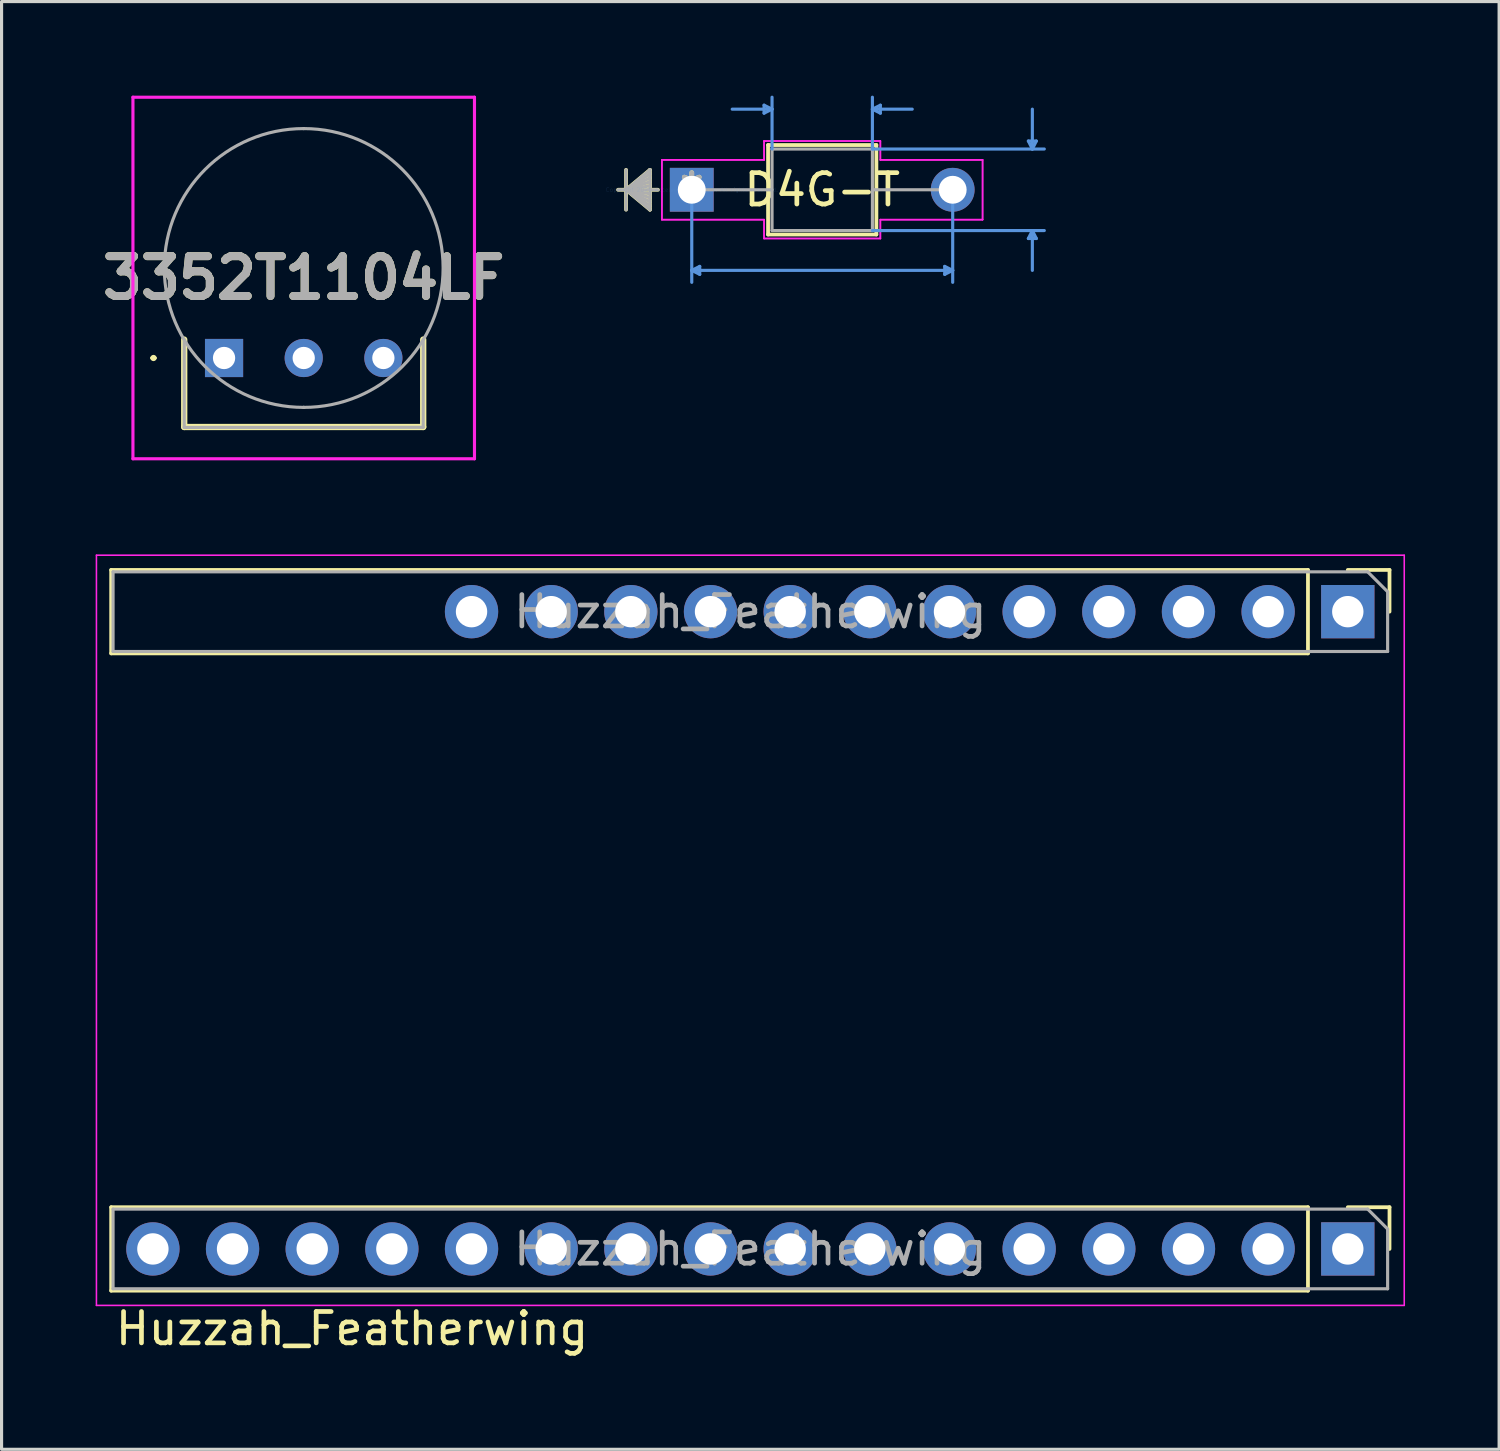
<source format=kicad_pcb>
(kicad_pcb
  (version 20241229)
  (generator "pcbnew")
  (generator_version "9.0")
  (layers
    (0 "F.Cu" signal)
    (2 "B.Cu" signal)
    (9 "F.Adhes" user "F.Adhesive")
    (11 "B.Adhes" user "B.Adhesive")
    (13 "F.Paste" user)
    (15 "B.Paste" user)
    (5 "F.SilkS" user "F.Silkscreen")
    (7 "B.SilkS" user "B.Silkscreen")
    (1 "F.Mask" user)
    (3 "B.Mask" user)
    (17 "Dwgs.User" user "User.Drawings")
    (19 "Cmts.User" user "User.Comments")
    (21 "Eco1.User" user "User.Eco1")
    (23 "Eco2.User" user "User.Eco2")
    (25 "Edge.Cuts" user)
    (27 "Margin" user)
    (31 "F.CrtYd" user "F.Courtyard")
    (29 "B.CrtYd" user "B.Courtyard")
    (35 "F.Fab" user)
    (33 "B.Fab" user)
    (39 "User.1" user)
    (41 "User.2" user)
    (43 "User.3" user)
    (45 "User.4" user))
  (footprint "D4G-T"
    (layer "F.Cu")
    (at 19.007 3.001)
    (property "Reference" "D4G-T" (at 4.16 0 0) (layer "F.SilkS") (effects (font (size 1 1) (thickness 0.15))))
    (attr through_hole)
    (fp_line (start -2.095 -0.635) (end -2.095 0.635) (stroke (width 0.12) (type solid)) (layer "F.SilkS"))
    (fp_line (start -2.095 0) (end -1.333 -0.635) (stroke (width 0.12) (type solid)) (layer "F.SilkS"))
    (fp_line (start -2.095 0) (end -1.333 -0.508) (stroke (width 0.12) (type solid)) (layer "F.SilkS"))
    (fp_line (start -2.095 0) (end -1.333 -0.381) (stroke (width 0.12) (type solid)) (layer "F.SilkS"))
    (fp_line (start -2.095 0) (end -1.333 -0.254) (stroke (width 0.12) (type solid)) (layer "F.SilkS"))
    (fp_line (start -2.095 0) (end -1.333 -0.127) (stroke (width 0.12) (type solid)) (layer "F.SilkS"))
    (fp_line (start -2.095 0) (end -1.333 0.127) (stroke (width 0.12) (type solid)) (layer "F.SilkS"))
    (fp_line (start -2.095 0) (end -1.333 0.254) (stroke (width 0.12) (type solid)) (layer "F.SilkS"))
    (fp_line (start -2.095 0) (end -1.333 0.381) (stroke (width 0.12) (type solid)) (layer "F.SilkS"))
    (fp_line (start -2.095 0) (end -1.333 0.508) (stroke (width 0.12) (type solid)) (layer "F.SilkS"))
    (fp_line (start -2.095 0) (end -1.333 0.635) (stroke (width 0.12) (type solid)) (layer "F.SilkS"))
    (fp_line (start -1.333 -0.635) (end -1.333 0.635) (stroke (width 0.12) (type solid)) (layer "F.SilkS"))
    (fp_line (start -1.079 0) (end -2.349 0) (stroke (width 0.12) (type solid)) (layer "F.SilkS"))
    (fp_line (start 2.433 -1.427) (end 2.433 1.427) (stroke (width 0.12) (type solid)) (layer "F.SilkS"))
    (fp_line (start 2.433 1.427) (end 5.887 1.427) (stroke (width 0.12) (type solid)) (layer "F.SilkS"))
    (fp_line (start 5.887 -1.427) (end 2.433 -1.427) (stroke (width 0.12) (type solid)) (layer "F.SilkS"))
    (fp_line (start 5.887 1.427) (end 5.887 -1.427) (stroke (width 0.12) (type solid)) (layer "F.SilkS"))
    (fp_line (start 0.000001 0) (end 0.000001 2.951) (stroke (width 0.1) (type solid)) (layer "Cmts.User"))
    (fp_line (start 0.000001 2.57) (end 0.254 2.443) (stroke (width 0.1) (type solid)) (layer "Cmts.User"))
    (fp_line (start 0.000001 2.57) (end 0.254 2.697) (stroke (width 0.1) (type solid)) (layer "Cmts.User"))
    (fp_line (start 0.000001 2.57) (end 8.32 2.57) (stroke (width 0.1) (type solid)) (layer "Cmts.User"))
    (fp_line (start 0.254 2.443) (end 0.254 2.697) (stroke (width 0.1) (type solid)) (layer "Cmts.User"))
    (fp_line (start 2.306 -2.697) (end 2.306 -2.443) (stroke (width 0.1) (type solid)) (layer "Cmts.User"))
    (fp_line (start 2.56 -2.57) (end 1.29 -2.57) (stroke (width 0.1) (type solid)) (layer "Cmts.User"))
    (fp_line (start 2.56 -2.57) (end 2.306 -2.697) (stroke (width 0.1) (type solid)) (layer "Cmts.User"))
    (fp_line (start 2.56 -2.57) (end 2.306 -2.443) (stroke (width 0.1) (type solid)) (layer "Cmts.User"))
    (fp_line (start 2.56 -1.3) (end 2.56 -2.951) (stroke (width 0.1) (type solid)) (layer "Cmts.User"))
    (fp_line (start 5.76 -2.57) (end 6.014 -2.697) (stroke (width 0.1) (type solid)) (layer "Cmts.User"))
    (fp_line (start 5.76 -2.57) (end 6.014 -2.443) (stroke (width 0.1) (type solid)) (layer "Cmts.User"))
    (fp_line (start 5.76 -2.57) (end 7.03 -2.57) (stroke (width 0.1) (type solid)) (layer "Cmts.User"))
    (fp_line (start 5.76 -1.3) (end 5.76 -2.951) (stroke (width 0.1) (type solid)) (layer "Cmts.User"))
    (fp_line (start 5.76 -1.3) (end 11.241 -1.3) (stroke (width 0.1) (type solid)) (layer "Cmts.User"))
    (fp_line (start 5.76 1.3) (end 11.241 1.3) (stroke (width 0.1) (type solid)) (layer "Cmts.User"))
    (fp_line (start 6.014 -2.697) (end 6.014 -2.443) (stroke (width 0.1) (type solid)) (layer "Cmts.User"))
    (fp_line (start 8.066 2.443) (end 8.066 2.697) (stroke (width 0.1) (type solid)) (layer "Cmts.User"))
    (fp_line (start 8.32 0) (end 8.32 2.951) (stroke (width 0.1) (type solid)) (layer "Cmts.User"))
    (fp_line (start 8.32 2.57) (end 8.066 2.443) (stroke (width 0.1) (type solid)) (layer "Cmts.User"))
    (fp_line (start 8.32 2.57) (end 8.066 2.697) (stroke (width 0.1) (type solid)) (layer "Cmts.User"))
    (fp_line (start 10.733 -1.554) (end 10.987 -1.554) (stroke (width 0.1) (type solid)) (layer "Cmts.User"))
    (fp_line (start 10.733 1.554) (end 10.987 1.554) (stroke (width 0.1) (type solid)) (layer "Cmts.User"))
    (fp_line (start 10.86 -1.3) (end 10.733 -1.554) (stroke (width 0.1) (type solid)) (layer "Cmts.User"))
    (fp_line (start 10.86 -1.3) (end 10.86 -2.57) (stroke (width 0.1) (type solid)) (layer "Cmts.User"))
    (fp_line (start 10.86 -1.3) (end 10.987 -1.554) (stroke (width 0.1) (type solid)) (layer "Cmts.User"))
    (fp_line (start 10.86 1.3) (end 10.733 1.554) (stroke (width 0.1) (type solid)) (layer "Cmts.User"))
    (fp_line (start 10.86 1.3) (end 10.86 2.57) (stroke (width 0.1) (type solid)) (layer "Cmts.User"))
    (fp_line (start 10.86 1.3) (end 10.987 1.554) (stroke (width 0.1) (type solid)) (layer "Cmts.User"))
    (fp_line (start -0.952 -0.953) (end 2.306 -0.953) (stroke (width 0.05) (type solid)) (layer "F.CrtYd"))
    (fp_line (start -0.952 -0.953) (end 2.306 -0.953) (stroke (width 0.05) (type solid)) (layer "F.CrtYd"))
    (fp_line (start -0.952 0.953) (end -0.952 -0.953) (stroke (width 0.05) (type solid)) (layer "F.CrtYd"))
    (fp_line (start -0.952 0.953) (end -0.952 -0.953) (stroke (width 0.05) (type solid)) (layer "F.CrtYd"))
    (fp_line (start 2.306 -1.554) (end 6.014 -1.554) (stroke (width 0.05) (type solid)) (layer "F.CrtYd"))
    (fp_line (start 2.306 -1.554) (end 6.014 -1.554) (stroke (width 0.05) (type solid)) (layer "F.CrtYd"))
    (fp_line (start 2.306 -0.953) (end 2.306 -1.554) (stroke (width 0.05) (type solid)) (layer "F.CrtYd"))
    (fp_line (start 2.306 -0.953) (end 2.306 -1.554) (stroke (width 0.05) (type solid)) (layer "F.CrtYd"))
    (fp_line (start 2.306 0.953) (end -0.952 0.953) (stroke (width 0.05) (type solid)) (layer "F.CrtYd"))
    (fp_line (start 2.306 0.953) (end -0.952 0.953) (stroke (width 0.05) (type solid)) (layer "F.CrtYd"))
    (fp_line (start 2.306 1.554) (end 2.306 0.953) (stroke (width 0.05) (type solid)) (layer "F.CrtYd"))
    (fp_line (start 2.306 1.554) (end 2.306 0.953) (stroke (width 0.05) (type solid)) (layer "F.CrtYd"))
    (fp_line (start 6.014 -1.554) (end 6.014 -0.953) (stroke (width 0.05) (type solid)) (layer "F.CrtYd"))
    (fp_line (start 6.014 -1.554) (end 6.014 -0.953) (stroke (width 0.05) (type solid)) (layer "F.CrtYd"))
    (fp_line (start 6.014 -0.953) (end 9.273 -0.953) (stroke (width 0.05) (type solid)) (layer "F.CrtYd"))
    (fp_line (start 6.014 -0.953) (end 9.273 -0.953) (stroke (width 0.05) (type solid)) (layer "F.CrtYd"))
    (fp_line (start 6.014 0.953) (end 6.014 1.554) (stroke (width 0.05) (type solid)) (layer "F.CrtYd"))
    (fp_line (start 6.014 0.953) (end 6.014 1.554) (stroke (width 0.05) (type solid)) (layer "F.CrtYd"))
    (fp_line (start 6.014 1.554) (end 2.306 1.554) (stroke (width 0.05) (type solid)) (layer "F.CrtYd"))
    (fp_line (start 6.014 1.554) (end 2.306 1.554) (stroke (width 0.05) (type solid)) (layer "F.CrtYd"))
    (fp_line (start 9.273 -0.953) (end 9.273 0.953) (stroke (width 0.05) (type solid)) (layer "F.CrtYd"))
    (fp_line (start 9.273 -0.953) (end 9.273 0.953) (stroke (width 0.05) (type solid)) (layer "F.CrtYd"))
    (fp_line (start 9.273 0.953) (end 6.014 0.953) (stroke (width 0.05) (type solid)) (layer "F.CrtYd"))
    (fp_line (start 9.273 0.953) (end 6.014 0.953) (stroke (width 0.05) (type solid)) (layer "F.CrtYd"))
    (fp_line (start -2.095 -0.635) (end -2.095 0.635) (stroke (width 0.1) (type solid)) (layer "F.Fab"))
    (fp_line (start -2.095 0) (end -1.333 -0.635) (stroke (width 0.1) (type solid)) (layer "F.Fab"))
    (fp_line (start -2.095 0) (end -1.333 -0.508) (stroke (width 0.1) (type solid)) (layer "F.Fab"))
    (fp_line (start -2.095 0) (end -1.333 -0.381) (stroke (width 0.1) (type solid)) (layer "F.Fab"))
    (fp_line (start -2.095 0) (end -1.333 -0.254) (stroke (width 0.1) (type solid)) (layer "F.Fab"))
    (fp_line (start -2.095 0) (end -1.333 -0.127) (stroke (width 0.1) (type solid)) (layer "F.Fab"))
    (fp_line (start -2.095 0) (end -1.333 0.127) (stroke (width 0.1) (type solid)) (layer "F.Fab"))
    (fp_line (start -2.095 0) (end -1.333 0.254) (stroke (width 0.1) (type solid)) (layer "F.Fab"))
    (fp_line (start -2.095 0) (end -1.333 0.381) (stroke (width 0.1) (type solid)) (layer "F.Fab"))
    (fp_line (start -2.095 0) (end -1.333 0.508) (stroke (width 0.1) (type solid)) (layer "F.Fab"))
    (fp_line (start -2.095 0) (end -1.333 0.635) (stroke (width 0.1) (type solid)) (layer "F.Fab"))
    (fp_line (start -1.333 -0.635) (end -1.333 0.635) (stroke (width 0.1) (type solid)) (layer "F.Fab"))
    (fp_line (start -1.079 0) (end -2.349 0) (stroke (width 0.1) (type solid)) (layer "F.Fab"))
    (fp_line (start 0.000001 0) (end 2.56 0) (stroke (width 0.1) (type solid)) (layer "F.Fab"))
    (fp_line (start 2.56 -1.3) (end 2.56 1.3) (stroke (width 0.1) (type solid)) (layer "F.Fab"))
    (fp_line (start 2.56 1.3) (end 5.76 1.3) (stroke (width 0.1) (type solid)) (layer "F.Fab"))
    (fp_line (start 5.76 -1.3) (end 2.56 -1.3) (stroke (width 0.1) (type solid)) (layer "F.Fab"))
    (fp_line (start 5.76 1.3) (end 5.76 -1.3) (stroke (width 0.1) (type solid)) (layer "F.Fab"))
    (fp_line (start 8.32 0) (end 5.76 0) (stroke (width 0.1) (type solid)) (layer "F.Fab"))
    (fp_text user "*" (at 0 0 0) (layer "F.SilkS") (effects (font (size 1 1) (thickness 0.15))))
    (fp_text user "Copyright 2021 Accelerated Designs. All rights reserved." (at 0 0 0) (layer "Cmts.User") (effects (font (size 0.127 0.127) (thickness 0.002))))
    (fp_text user "*" (at 0 0 0) (layer "F.Fab") (effects (font (size 1 1) (thickness 0.15))))
    (pad "1" thru_hole rect (at 0.000001 0) (size 1.397 1.397) (drill 0.889) (layers "*.Cu" "*.Mask"))
    (pad "2" thru_hole circle (at 8.32 0) (size 1.397 1.397) (drill 0.889) (layers "*.Cu" "*.Mask")))
  (footprint "3352T1104LF"
    (layer "F.Cu")
    (at 4.094 8.365)
    (property "Reference" "3352T1104LF" (at 2.54 -2.551 0) (layer "F.SilkS") (effects (font (size 1.27 1.27) (thickness 0.254))))
    (attr through_hole)
    (fp_line (start -2.3 0) (end -2.3 0) (stroke (width 0.1) (type solid)) (layer "F.SilkS"))
    (fp_line (start -2.2 0) (end -2.2 0) (stroke (width 0.1) (type solid)) (layer "F.SilkS"))
    (fp_line (start -1.27 -0.587) (end -1.27 2.2) (stroke (width 0.2) (type solid)) (layer "F.SilkS"))
    (fp_line (start -1.27 2.2) (end 6.35 2.2) (stroke (width 0.2) (type solid)) (layer "F.SilkS"))
    (fp_line (start 6.35 2.2) (end 6.35 -0.587) (stroke (width 0.2) (type solid)) (layer "F.SilkS"))
    (fp_arc (start -2.3 0) (mid -2.25 -0.05) (end -2.2 0) (stroke (width 0.1) (type solid)) (layer "F.SilkS"))
    (fp_arc (start -2.2 0) (mid -2.25 0.05) (end -2.3 0) (stroke (width 0.1) (type solid)) (layer "F.SilkS"))
    (fp_line (start -2.905 -8.315) (end 7.985 -8.315) (stroke (width 0.1) (type solid)) (layer "F.CrtYd"))
    (fp_line (start -2.905 3.213) (end -2.905 -8.315) (stroke (width 0.1) (type solid)) (layer "F.CrtYd"))
    (fp_line (start 7.985 -8.315) (end 7.985 3.213) (stroke (width 0.1) (type solid)) (layer "F.CrtYd"))
    (fp_line (start 7.985 3.213) (end -2.905 3.213) (stroke (width 0.1) (type solid)) (layer "F.CrtYd"))
    (fp_line (start -1.27 -0.587) (end -1.27 2.213) (stroke (width 0.1) (type solid)) (layer "F.Fab"))
    (fp_line (start -1.27 2.213) (end 6.35 2.21) (stroke (width 0.1) (type solid)) (layer "F.Fab"))
    (fp_line (start 2.54 -7.315) (end 2.54 -7.315) (stroke (width 0.1) (type solid)) (layer "F.Fab"))
    (fp_line (start 2.54 1.575) (end 2.54 1.575) (stroke (width 0.1) (type solid)) (layer "F.Fab"))
    (fp_line (start 6.35 2.21) (end 6.35 -0.587) (stroke (width 0.1) (type solid)) (layer "F.Fab"))
    (fp_arc (start 2.54 -7.315) (mid 6.985 -2.87) (end 2.54 1.575) (stroke (width 0.1) (type solid)) (layer "F.Fab"))
    (fp_arc (start 2.54 1.575) (mid -1.905 -2.87) (end 2.54 -7.315) (stroke (width 0.1) (type solid)) (layer "F.Fab"))
    (fp_text user "${REFERENCE}" (at 2.54 -2.551 0) (layer "F.Fab") (effects (font (size 1.27 1.27) (thickness 0.254))))
    (pad "1" thru_hole rect (at 0 0) (size 1.217 1.217) (drill 0.71) (layers "*.Cu" "*.Mask"))
    (pad "2" thru_hole circle (at 2.54 0) (size 1.217 1.217) (drill 0.71) (layers "*.Cu" "*.Mask"))
    (pad "3" thru_hole circle (at 5.08 0) (size 1.217 1.217) (drill 0.71) (layers "*.Cu" "*.Mask")))
  (footprint "Huzzah_Featherwing"
    (layer "F.Cu")
    (at 0.555 38.043)
    (property "Reference" "Huzzah_Featherwing" (at 7.62 1.27 0) (layer "F.SilkS") (effects (font (size 1 1) (thickness 0.15))))
    (attr through_hole)
    (fp_line (start -0.06 -22.92) (end -0.06 -20.26) (stroke (width 0.12) (type solid)) (layer "F.SilkS"))
    (fp_line (start -0.06 -2.6) (end -0.06 0.06) (stroke (width 0.12) (type solid)) (layer "F.SilkS"))
    (fp_line (start 38.1 -22.92) (end -0.06 -22.92) (stroke (width 0.12) (type solid)) (layer "F.SilkS"))
    (fp_line (start 38.1 -22.92) (end 38.1 -20.26) (stroke (width 0.12) (type solid)) (layer "F.SilkS"))
    (fp_line (start 38.1 -20.26) (end -0.06 -20.26) (stroke (width 0.12) (type solid)) (layer "F.SilkS"))
    (fp_line (start 38.1 -2.6) (end -0.06 -2.6) (stroke (width 0.12) (type solid)) (layer "F.SilkS"))
    (fp_line (start 38.1 -2.6) (end 38.1 0.06) (stroke (width 0.12) (type solid)) (layer "F.SilkS"))
    (fp_line (start 38.1 0.06) (end -0.06 0.06) (stroke (width 0.12) (type solid)) (layer "F.SilkS"))
    (fp_line (start 39.37 -22.92) (end 40.7 -22.92) (stroke (width 0.12) (type solid)) (layer "F.SilkS"))
    (fp_line (start 39.37 -2.6) (end 40.7 -2.6) (stroke (width 0.12) (type solid)) (layer "F.SilkS"))
    (fp_line (start 40.7 -22.92) (end 40.7 -21.59) (stroke (width 0.12) (type solid)) (layer "F.SilkS"))
    (fp_line (start 40.7 -2.6) (end 40.7 -1.27) (stroke (width 0.12) (type solid)) (layer "F.SilkS"))
    (fp_line (start -0.53 -23.39) (end -0.53 0.53) (stroke (width 0.05) (type solid)) (layer "F.CrtYd"))
    (fp_line (start -0.53 0.53) (end 41.17 0.53) (stroke (width 0.05) (type solid)) (layer "F.CrtYd"))
    (fp_line (start 41.17 -23.39) (end -0.53 -23.39) (stroke (width 0.05) (type solid)) (layer "F.CrtYd"))
    (fp_line (start 41.17 0.53) (end 41.17 -23.39) (stroke (width 0.05) (type solid)) (layer "F.CrtYd"))
    (fp_line (start 0 -22.86) (end 40.005 -22.86) (stroke (width 0.1) (type solid)) (layer "F.Fab"))
    (fp_line (start 0 -20.32) (end 0 -22.86) (stroke (width 0.1) (type solid)) (layer "F.Fab"))
    (fp_line (start 0 -2.54) (end 40.005 -2.54) (stroke (width 0.1) (type solid)) (layer "F.Fab"))
    (fp_line (start 0 0) (end 0 -2.54) (stroke (width 0.1) (type solid)) (layer "F.Fab"))
    (fp_line (start 40.005 -22.86) (end 40.64 -22.225) (stroke (width 0.1) (type solid)) (layer "F.Fab"))
    (fp_line (start 40.005 -2.54) (end 40.64 -1.905) (stroke (width 0.1) (type solid)) (layer "F.Fab"))
    (fp_line (start 40.64 -22.225) (end 40.64 -20.32) (stroke (width 0.1) (type solid)) (layer "F.Fab"))
    (fp_line (start 40.64 -20.32) (end 0 -20.32) (stroke (width 0.1) (type solid)) (layer "F.Fab"))
    (fp_line (start 40.64 -1.905) (end 40.64 0) (stroke (width 0.1) (type solid)) (layer "F.Fab"))
    (fp_line (start 40.64 0) (end 0 0) (stroke (width 0.1) (type solid)) (layer "F.Fab"))
    (fp_text user "${REFERENCE}" (at 20.32 -1.27 0) (layer "F.Fab") (effects (font (size 1 1) (thickness 0.15))))
    (fp_text user "${REFERENCE}" (at 20.32 -21.59 0) (layer "F.Fab") (effects (font (size 1 1) (thickness 0.15))))
    (pad "1" thru_hole rect (at 39.37 -21.59 270) (size 1.7 1.7) (drill 1) (layers "*.Cu" "*.Mask"))
    (pad "1" thru_hole rect (at 39.37 -1.27 270) (size 1.7 1.7) (drill 1) (layers "*.Cu" "*.Mask"))
    (pad "2" thru_hole oval (at 36.83 -21.59 270) (size 1.7 1.7) (drill 1) (layers "*.Cu" "*.Mask"))
    (pad "2" thru_hole oval (at 36.83 -1.27 270) (size 1.7 1.7) (drill 1) (layers "*.Cu" "*.Mask"))
    (pad "3" thru_hole oval (at 34.29 -21.59 270) (size 1.7 1.7) (drill 1) (layers "*.Cu" "*.Mask"))
    (pad "3" thru_hole oval (at 34.29 -1.27 270) (size 1.7 1.7) (drill 1) (layers "*.Cu" "*.Mask"))
    (pad "4" thru_hole oval (at 31.75 -21.59 270) (size 1.7 1.7) (drill 1) (layers "*.Cu" "*.Mask"))
    (pad "4" thru_hole oval (at 31.75 -1.27 270) (size 1.7 1.7) (drill 1) (layers "*.Cu" "*.Mask"))
    (pad "5" thru_hole oval (at 29.21 -21.59 270) (size 1.7 1.7) (drill 1) (layers "*.Cu" "*.Mask"))
    (pad "5" thru_hole oval (at 29.21 -1.27 270) (size 1.7 1.7) (drill 1) (layers "*.Cu" "*.Mask"))
    (pad "6" thru_hole oval (at 26.67 -21.59 270) (size 1.7 1.7) (drill 1) (layers "*.Cu" "*.Mask"))
    (pad "6" thru_hole oval (at 26.67 -1.27 270) (size 1.7 1.7) (drill 1) (layers "*.Cu" "*.Mask"))
    (pad "7" thru_hole oval (at 24.13 -21.59 270) (size 1.7 1.7) (drill 1) (layers "*.Cu" "*.Mask"))
    (pad "7" thru_hole oval (at 24.13 -1.27 270) (size 1.7 1.7) (drill 1) (layers "*.Cu" "*.Mask"))
    (pad "8" thru_hole oval (at 21.59 -21.59 270) (size 1.7 1.7) (drill 1) (layers "*.Cu" "*.Mask"))
    (pad "8" thru_hole oval (at 21.59 -1.27 270) (size 1.7 1.7) (drill 1) (layers "*.Cu" "*.Mask"))
    (pad "9" thru_hole oval (at 19.05 -21.59 270) (size 1.7 1.7) (drill 1) (layers "*.Cu" "*.Mask"))
    (pad "9" thru_hole oval (at 19.05 -1.27 270) (size 1.7 1.7) (drill 1) (layers "*.Cu" "*.Mask"))
    (pad "10" thru_hole oval (at 16.51 -21.59 270) (size 1.7 1.7) (drill 1) (layers "*.Cu" "*.Mask"))
    (pad "10" thru_hole oval (at 16.51 -1.27 270) (size 1.7 1.7) (drill 1) (layers "*.Cu" "*.Mask"))
    (pad "11" thru_hole oval (at 13.97 -21.59 270) (size 1.7 1.7) (drill 1) (layers "*.Cu" "*.Mask"))
    (pad "11" thru_hole oval (at 13.97 -1.27 270) (size 1.7 1.7) (drill 1) (layers "*.Cu" "*.Mask"))
    (pad "12" thru_hole oval (at 11.43 -21.59 270) (size 1.7 1.7) (drill 1) (layers "*.Cu" "*.Mask"))
    (pad "12" thru_hole oval (at 11.43 -1.27 270) (size 1.7 1.7) (drill 1) (layers "*.Cu" "*.Mask"))
    (pad "13" thru_hole oval (at 8.89 -1.27 270) (size 1.7 1.7) (drill 1) (layers "*.Cu" "*.Mask"))
    (pad "14" thru_hole oval (at 6.35 -1.27 270) (size 1.7 1.7) (drill 1) (layers "*.Cu" "*.Mask"))
    (pad "15" thru_hole oval (at 3.81 -1.27 270) (size 1.7 1.7) (drill 1) (layers "*.Cu" "*.Mask"))
    (pad "16" thru_hole oval (at 1.27 -1.27 270) (size 1.7 1.7) (drill 1) (layers "*.Cu" "*.Mask")))
  (gr_rect
    (start -3 -3)
    (end 44.75 43.161)
    (stroke (width 0.1) (type default))
    (fill no)
    (layer "Edge.Cuts")))
</source>
